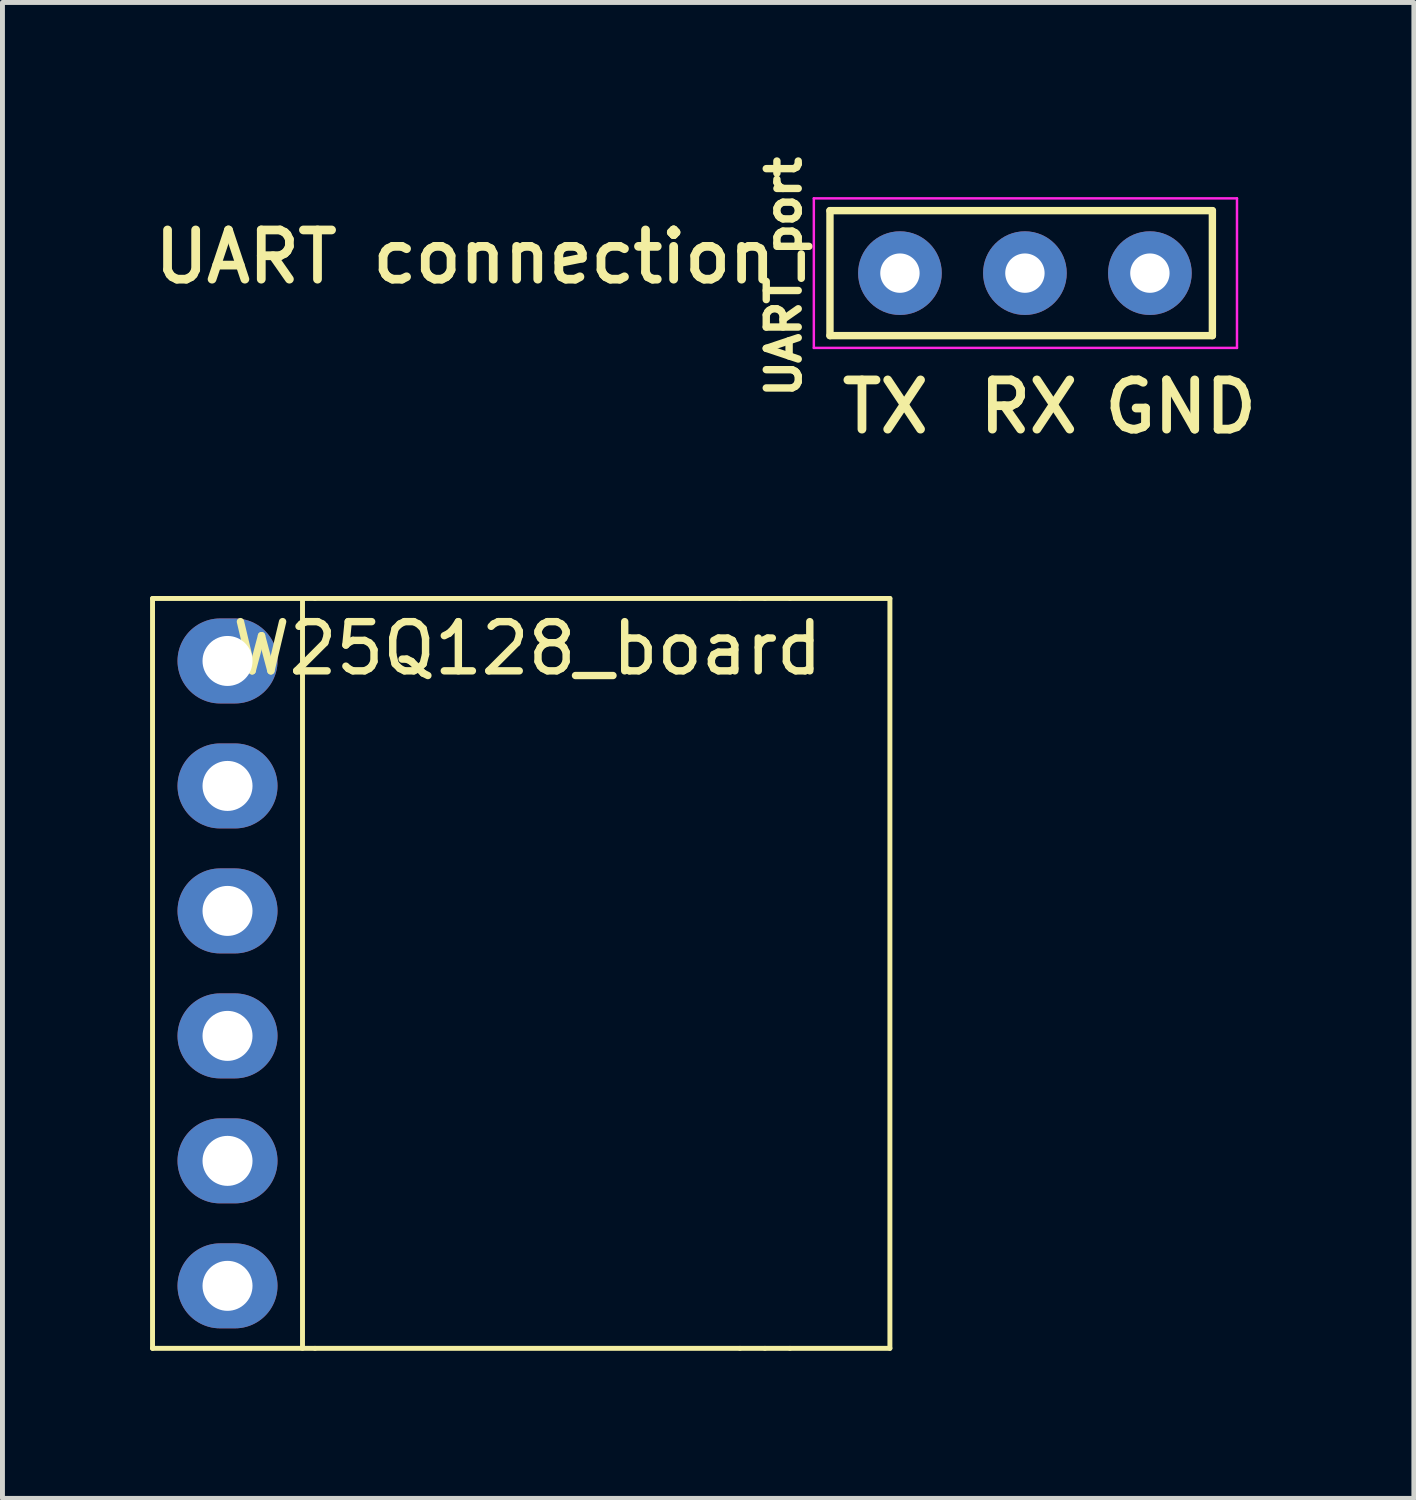
<source format=kicad_pcb>
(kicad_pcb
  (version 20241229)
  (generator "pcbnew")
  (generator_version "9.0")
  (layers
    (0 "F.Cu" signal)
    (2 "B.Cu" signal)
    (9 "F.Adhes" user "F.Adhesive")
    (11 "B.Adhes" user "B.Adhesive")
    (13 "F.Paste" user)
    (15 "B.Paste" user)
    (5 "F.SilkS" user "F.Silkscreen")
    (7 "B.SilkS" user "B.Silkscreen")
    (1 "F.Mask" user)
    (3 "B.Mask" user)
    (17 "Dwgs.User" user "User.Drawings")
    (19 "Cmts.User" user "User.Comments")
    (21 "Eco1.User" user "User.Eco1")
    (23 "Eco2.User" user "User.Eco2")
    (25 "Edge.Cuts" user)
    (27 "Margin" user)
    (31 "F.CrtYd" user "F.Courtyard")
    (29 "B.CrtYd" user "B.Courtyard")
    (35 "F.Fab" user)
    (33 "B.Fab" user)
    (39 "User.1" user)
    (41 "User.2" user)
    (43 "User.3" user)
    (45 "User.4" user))
  (footprint "UART_port"
    (layer "F.Cu")
    (at 17.78 2.501)
    (property "Reference" "UART_port" (at -4.9 0.074 270) (layer "F.SilkS") (effects (font (size 0.65 0.65) (thickness 0.15))))
    (attr through_hole)
    (fp_line (start -3.962 -1.27) (end 3.81 -1.27) (stroke (width 0.15) (type solid)) (layer "F.SilkS"))
    (fp_line (start -3.962 1.27) (end -3.962 -1.27) (stroke (width 0.15) (type solid)) (layer "F.SilkS"))
    (fp_line (start 3.81 -1.27) (end 3.81 1.27) (stroke (width 0.15) (type solid)) (layer "F.SilkS"))
    (fp_line (start 3.81 1.27) (end -3.962 1.27) (stroke (width 0.15) (type solid)) (layer "F.SilkS"))
    (fp_line (start -4.29 -1.52) (end -4.29 1.52) (stroke (width 0.05) (type solid)) (layer "F.CrtYd"))
    (fp_line (start -4.29 -1.52) (end 4.31 -1.52) (stroke (width 0.05) (type solid)) (layer "F.CrtYd"))
    (fp_line (start -4.29 1.52) (end 4.31 1.52) (stroke (width 0.05) (type solid)) (layer "F.CrtYd"))
    (fp_line (start 4.31 -1.52) (end 4.31 1.52) (stroke (width 0.05) (type solid)) (layer "F.CrtYd"))
    (fp_text user "TX" (at -3.81 3.302 0) (unlocked yes) (layer "F.SilkS") (effects (font (size 1 1) (thickness 0.178) (bold yes)) (justify left bottom)))
    (fp_text user "RX" (at -1.016 3.302 0) (unlocked yes) (layer "F.SilkS") (effects (font (size 1 1) (thickness 0.178) (bold yes)) (justify left bottom)))
    (fp_text user "UART connection" (at -17.78 0.254 0) (unlocked yes) (layer "F.SilkS") (effects (font (size 1 1) (thickness 0.178) (bold yes)) (justify left bottom)))
    (fp_text user "GND" (at 1.524 3.302 0) (unlocked yes) (layer "F.SilkS") (effects (font (size 1 1) (thickness 0.178) (bold yes)) (justify left bottom)))
    (pad "1" thru_hole circle (at -2.54 0 90) (size 1.7 1.7) (drill 0.8) (layers "*.Cu" "*.Mask"))
    (pad "2" thru_hole circle (at 0 0 90) (size 1.7 1.7) (drill 0.8) (layers "*.Cu" "*.Mask"))
    (pad "3" thru_hole circle (at 2.54 0 90) (size 1.7 1.7) (drill 0.8) (layers "*.Cu" "*.Mask")))
  (footprint "W25Q128_board"
    (layer "F.Cu")
    (at 1.574 16.733)
    (property "Reference" "W25Q128_board" (at 6.096 -6.604 0) (layer "F.SilkS") (effects (font (size 1 1) (thickness 0.15))))
    (attr through_hole)
    (fp_line (start -1.524 -7.62) (end -1.524 7.62) (stroke (width 0.1) (type default)) (layer "F.SilkS"))
    (fp_line (start -1.524 7.62) (end 1.778 7.62) (stroke (width 0.1) (type default)) (layer "F.SilkS"))
    (fp_line (start 1.524 7.62) (end 1.524 -7.62) (stroke (width 0.1) (type default)) (layer "F.SilkS"))
    (fp_line (start 1.778 -7.62) (end -1.524 -7.62) (stroke (width 0.1) (type default)) (layer "F.SilkS"))
    (fp_line (start 1.778 7.62) (end 10.414 7.62) (stroke (width 0.1) (type default)) (layer "F.SilkS"))
    (fp_line (start 10.414 -7.62) (end 1.778 -7.62) (stroke (width 0.1) (type default)) (layer "F.SilkS"))
    (fp_line (start 10.414 -7.62) (end 10.922 -7.62) (stroke (width 0.1) (type default)) (layer "F.SilkS"))
    (fp_line (start 10.414 7.62) (end 10.922 7.62) (stroke (width 0.1) (type default)) (layer "F.SilkS"))
    (fp_line (start 11.43 -7.62) (end 10.922 -7.62) (stroke (width 0.1) (type default)) (layer "F.SilkS"))
    (fp_line (start 11.43 -7.62) (end 13.462 -7.62) (stroke (width 0.1) (type default)) (layer "F.SilkS"))
    (fp_line (start 11.43 7.62) (end 10.922 7.62) (stroke (width 0.1) (type default)) (layer "F.SilkS"))
    (fp_line (start 13.462 -7.62) (end 13.462 7.62) (stroke (width 0.1) (type default)) (layer "F.SilkS"))
    (fp_line (start 13.462 7.62) (end 11.43 7.62) (stroke (width 0.1) (type default)) (layer "F.SilkS"))
    (pad "1" thru_hole oval (at 0 -6.35) (size 2.032 1.727) (drill 1.016) (layers "*.Cu" "*.Mask"))
    (pad "2" thru_hole oval (at 0 -3.81) (size 2.032 1.727) (drill 1.016) (layers "*.Cu" "*.Mask"))
    (pad "3" thru_hole oval (at 0 -1.27) (size 2.032 1.727) (drill 1.016) (layers "*.Cu" "*.Mask"))
    (pad "4" thru_hole oval (at 0 1.27) (size 2.032 1.727) (drill 1.016) (layers "*.Cu" "*.Mask"))
    (pad "5" thru_hole oval (at 0 3.81) (size 2.032 1.727) (drill 1.016) (layers "*.Cu" "*.Mask"))
    (pad "6" thru_hole oval (at 0 6.35) (size 2.032 1.727) (drill 1.016) (layers "*.Cu" "*.Mask")))
  (gr_rect
    (start -3 -3)
    (end 25.685 27.403)
    (stroke (width 0.1) (type default))
    (fill no)
    (layer "Edge.Cuts")))
</source>
